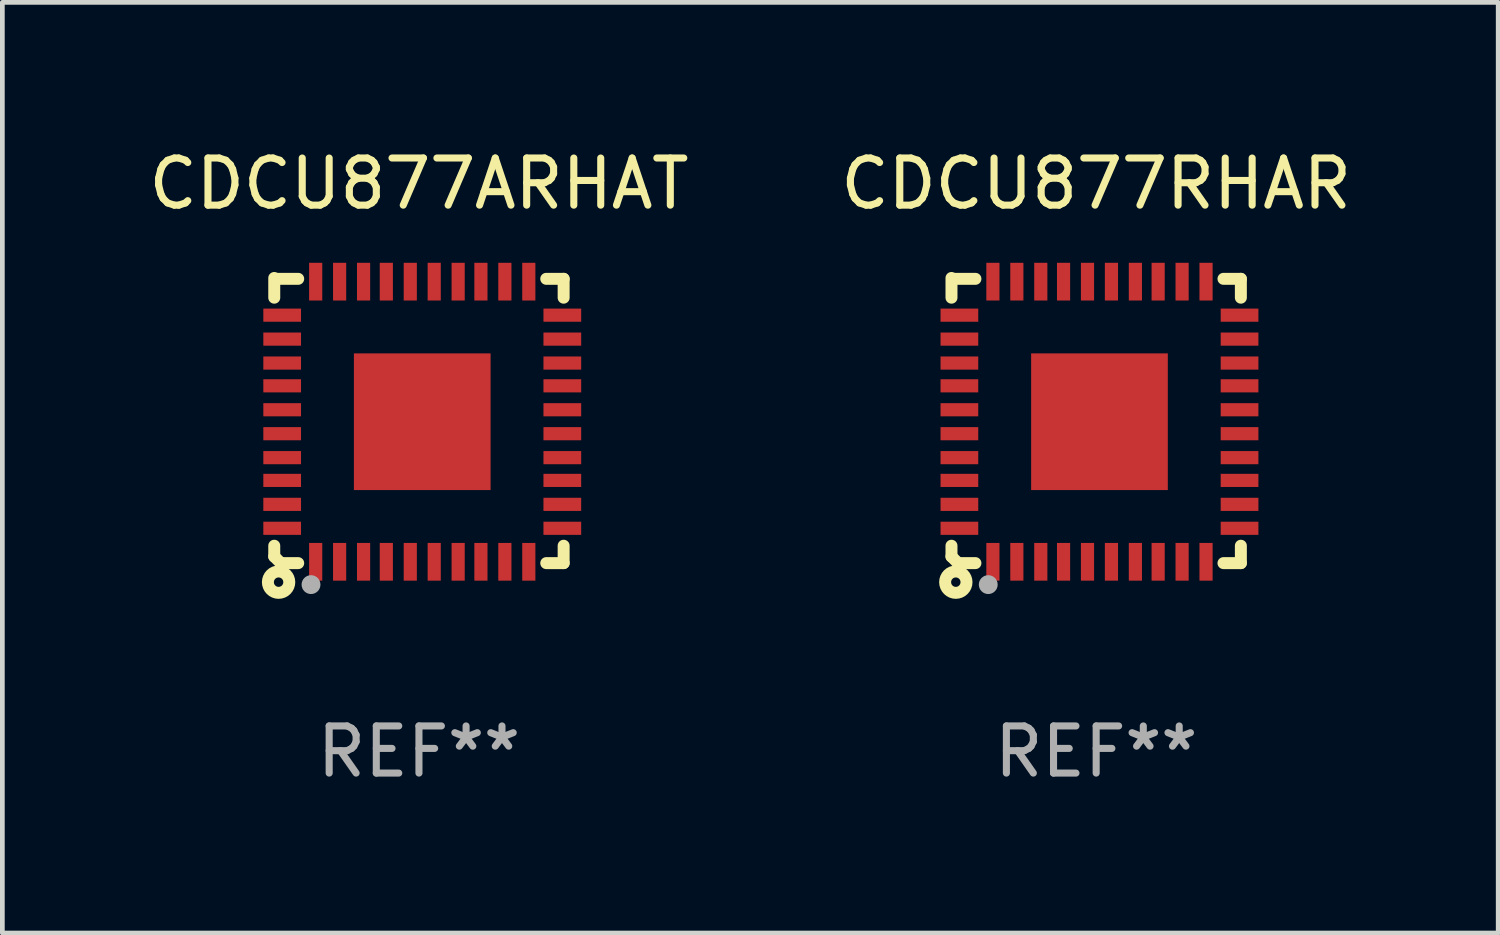
<source format=kicad_pcb>
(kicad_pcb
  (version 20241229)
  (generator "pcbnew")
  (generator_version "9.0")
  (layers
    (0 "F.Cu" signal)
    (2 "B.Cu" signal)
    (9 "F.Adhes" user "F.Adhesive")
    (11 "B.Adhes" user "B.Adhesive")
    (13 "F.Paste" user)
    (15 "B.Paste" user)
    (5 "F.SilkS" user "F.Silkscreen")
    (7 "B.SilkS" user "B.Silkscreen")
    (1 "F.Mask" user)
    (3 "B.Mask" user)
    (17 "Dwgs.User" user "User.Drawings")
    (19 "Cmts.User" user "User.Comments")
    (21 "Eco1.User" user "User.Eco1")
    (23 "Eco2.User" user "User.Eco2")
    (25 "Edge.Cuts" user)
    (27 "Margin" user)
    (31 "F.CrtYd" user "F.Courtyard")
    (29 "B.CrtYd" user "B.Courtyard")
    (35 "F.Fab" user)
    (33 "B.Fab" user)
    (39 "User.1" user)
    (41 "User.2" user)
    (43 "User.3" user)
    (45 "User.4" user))
  (footprint "CDCU877ARHAT"
    (layer "F.Cu")
    (at 5.839 5.873)
    (property "Reference" "CDCU877ARHAT" (at 0 -5.025 0) (layer "F.SilkS") (effects (font (size 1 1) (thickness 0.15))))
    (attr through_hole)
    (fp_line (start -3.07 -3.025) (end -3.07 -2.607) (stroke (width 0.254) (type solid)) (layer "F.SilkS"))
    (fp_line (start -3.07 2.656) (end -3.07 2.885) (stroke (width 0.254) (type solid)) (layer "F.SilkS"))
    (fp_line (start -3.07 2.885) (end -2.93 3.025) (stroke (width 0.254) (type solid)) (layer "F.SilkS"))
    (fp_line (start -3.005 -3.007) (end -2.562 -3.007) (stroke (width 0.254) (type solid)) (layer "F.SilkS"))
    (fp_line (start -2.93 3.025) (end -2.562 3.025) (stroke (width 0.254) (type solid)) (layer "F.SilkS"))
    (fp_line (start 2.701 -3.007) (end 3.07 -3.007) (stroke (width 0.254) (type solid)) (layer "F.SilkS"))
    (fp_line (start 2.701 3.025) (end 3.07 3.025) (stroke (width 0.254) (type solid)) (layer "F.SilkS"))
    (fp_line (start 3.07 -2.607) (end 3.07 -3.007) (stroke (width 0.254) (type solid)) (layer "F.SilkS"))
    (fp_line (start 3.07 3.025) (end 3.07 2.656) (stroke (width 0.254) (type solid)) (layer "F.SilkS"))
    (fp_circle (center -2.978 3.429) (end -2.878 3.429) (stroke (width 0.254) (type solid)) (fill no) (layer "F.SilkS"))
    (fp_circle (center -2.93 3.025) (end -2.9 3.025) (stroke (width 0.06) (type solid)) (fill no) (layer "F.SilkS"))
    (fp_circle (center -2.29 3.481) (end -2.19 3.481) (stroke (width 0.2) (type solid)) (fill no) (layer "F.Fab"))
    (fp_text user "REF**" (at 0 7.025 0) (layer "F.Fab") (effects (font (size 1 1) (thickness 0.15))))
    (pad "1" smd rect (at -2.191 2.997 90) (size 0.8 0.279) (layers "F.Cu" "F.Mask" "F.Paste"))
    (pad "2" smd rect (at -1.683 2.997 90) (size 0.8 0.279) (layers "F.Cu" "F.Mask" "F.Paste"))
    (pad "3" smd rect (at -1.175 2.997 90) (size 0.8 0.279) (layers "F.Cu" "F.Mask" "F.Paste"))
    (pad "4" smd rect (at -0.692 2.997 90) (size 0.8 0.279) (layers "F.Cu" "F.Mask" "F.Paste"))
    (pad "5" smd rect (at -0.184 2.997 90) (size 0.8 0.279) (layers "F.Cu" "F.Mask" "F.Paste"))
    (pad "6" smd rect (at 0.324 2.997 90) (size 0.8 0.279) (layers "F.Cu" "F.Mask" "F.Paste"))
    (pad "7" smd rect (at 0.832 2.997 90) (size 0.8 0.279) (layers "F.Cu" "F.Mask" "F.Paste"))
    (pad "8" smd rect (at 1.315 2.997 90) (size 0.8 0.279) (layers "F.Cu" "F.Mask" "F.Paste"))
    (pad "9" smd rect (at 1.823 2.997 90) (size 0.8 0.279) (layers "F.Cu" "F.Mask" "F.Paste"))
    (pad "10" smd rect (at 2.331 2.997 90) (size 0.8 0.279) (layers "F.Cu" "F.Mask" "F.Paste"))
    (pad "11" smd rect (at 3.042 2.286 180) (size 0.8 0.279) (layers "F.Cu" "F.Mask" "F.Paste"))
    (pad "12" smd rect (at 3.042 1.778 180) (size 0.8 0.279) (layers "F.Cu" "F.Mask" "F.Paste"))
    (pad "13" smd rect (at 3.042 1.27 180) (size 0.8 0.279) (layers "F.Cu" "F.Mask" "F.Paste"))
    (pad "14" smd rect (at 3.042 0.787 180) (size 0.8 0.279) (layers "F.Cu" "F.Mask" "F.Paste"))
    (pad "15" smd rect (at 3.042 0.279 180) (size 0.8 0.279) (layers "F.Cu" "F.Mask" "F.Paste"))
    (pad "16" smd rect (at 3.042 -0.229 180) (size 0.8 0.279) (layers "F.Cu" "F.Mask" "F.Paste"))
    (pad "17" smd rect (at 3.042 -0.737 180) (size 0.8 0.279) (layers "F.Cu" "F.Mask" "F.Paste"))
    (pad "18" smd rect (at 3.042 -1.22 180) (size 0.8 0.279) (layers "F.Cu" "F.Mask" "F.Paste"))
    (pad "19" smd rect (at 3.042 -1.728 180) (size 0.8 0.279) (layers "F.Cu" "F.Mask" "F.Paste"))
    (pad "20" smd rect (at 3.042 -2.236 180) (size 0.8 0.279) (layers "F.Cu" "F.Mask" "F.Paste"))
    (pad "21" smd rect (at 2.331 -2.947 270) (size 0.8 0.279) (layers "F.Cu" "F.Mask" "F.Paste"))
    (pad "22" smd rect (at 1.823 -2.947 270) (size 0.8 0.279) (layers "F.Cu" "F.Mask" "F.Paste"))
    (pad "23" smd rect (at 1.315 -2.947 270) (size 0.8 0.279) (layers "F.Cu" "F.Mask" "F.Paste"))
    (pad "24" smd rect (at 0.832 -2.947 270) (size 0.8 0.279) (layers "F.Cu" "F.Mask" "F.Paste"))
    (pad "25" smd rect (at 0.324 -2.947 270) (size 0.8 0.279) (layers "F.Cu" "F.Mask" "F.Paste"))
    (pad "26" smd rect (at -0.184 -2.947 270) (size 0.8 0.279) (layers "F.Cu" "F.Mask" "F.Paste"))
    (pad "27" smd rect (at -0.692 -2.947 270) (size 0.8 0.279) (layers "F.Cu" "F.Mask" "F.Paste"))
    (pad "28" smd rect (at -1.175 -2.947 270) (size 0.8 0.279) (layers "F.Cu" "F.Mask" "F.Paste"))
    (pad "29" smd rect (at -1.683 -2.947 270) (size 0.8 0.279) (layers "F.Cu" "F.Mask" "F.Paste"))
    (pad "30" smd rect (at -2.191 -2.947 270) (size 0.8 0.279) (layers "F.Cu" "F.Mask" "F.Paste"))
    (pad "31" smd rect (at -2.902 -2.236) (size 0.8 0.279) (layers "F.Cu" "F.Mask" "F.Paste"))
    (pad "32" smd rect (at -2.902 -1.728) (size 0.8 0.279) (layers "F.Cu" "F.Mask" "F.Paste"))
    (pad "33" smd rect (at -2.902 -1.22) (size 0.8 0.279) (layers "F.Cu" "F.Mask" "F.Paste"))
    (pad "34" smd rect (at -2.902 -0.737) (size 0.8 0.279) (layers "F.Cu" "F.Mask" "F.Paste"))
    (pad "35" smd rect (at -2.902 -0.229) (size 0.8 0.279) (layers "F.Cu" "F.Mask" "F.Paste"))
    (pad "36" smd rect (at -2.902 0.279) (size 0.8 0.279) (layers "F.Cu" "F.Mask" "F.Paste"))
    (pad "37" smd rect (at -2.902 0.787) (size 0.8 0.279) (layers "F.Cu" "F.Mask" "F.Paste"))
    (pad "38" smd rect (at -2.902 1.27) (size 0.8 0.279) (layers "F.Cu" "F.Mask" "F.Paste"))
    (pad "39" smd rect (at -2.902 1.778) (size 0.8 0.279) (layers "F.Cu" "F.Mask" "F.Paste"))
    (pad "40" smd rect (at -2.902 2.286) (size 0.8 0.279) (layers "F.Cu" "F.Mask" "F.Paste"))
    (pad "41" smd rect (at 0.07 0.025 90) (size 2.9 2.9) (layers "F.Cu" "F.Mask" "F.Paste")))
  (footprint "CDCU877RHAR"
    (layer "F.Cu")
    (at 20.208 5.873)
    (property "Reference" "CDCU877RHAR" (at 0 -5.025 0) (layer "F.SilkS") (effects (font (size 1 1) (thickness 0.15))))
    (attr through_hole)
    (fp_line (start -3.07 -3.025) (end -3.07 -2.607) (stroke (width 0.254) (type solid)) (layer "F.SilkS"))
    (fp_line (start -3.07 2.656) (end -3.07 2.885) (stroke (width 0.254) (type solid)) (layer "F.SilkS"))
    (fp_line (start -3.07 2.885) (end -2.93 3.025) (stroke (width 0.254) (type solid)) (layer "F.SilkS"))
    (fp_line (start -3.005 -3.007) (end -2.562 -3.007) (stroke (width 0.254) (type solid)) (layer "F.SilkS"))
    (fp_line (start -2.93 3.025) (end -2.562 3.025) (stroke (width 0.254) (type solid)) (layer "F.SilkS"))
    (fp_line (start 2.701 -3.007) (end 3.07 -3.007) (stroke (width 0.254) (type solid)) (layer "F.SilkS"))
    (fp_line (start 2.701 3.025) (end 3.07 3.025) (stroke (width 0.254) (type solid)) (layer "F.SilkS"))
    (fp_line (start 3.07 -2.607) (end 3.07 -3.007) (stroke (width 0.254) (type solid)) (layer "F.SilkS"))
    (fp_line (start 3.07 3.025) (end 3.07 2.656) (stroke (width 0.254) (type solid)) (layer "F.SilkS"))
    (fp_circle (center -2.978 3.429) (end -2.878 3.429) (stroke (width 0.254) (type solid)) (fill no) (layer "F.SilkS"))
    (fp_circle (center -2.93 3.025) (end -2.9 3.025) (stroke (width 0.06) (type solid)) (fill no) (layer "F.SilkS"))
    (fp_circle (center -2.29 3.481) (end -2.19 3.481) (stroke (width 0.2) (type solid)) (fill no) (layer "F.Fab"))
    (fp_text user "REF**" (at 0 7.025 0) (layer "F.Fab") (effects (font (size 1 1) (thickness 0.15))))
    (pad "1" smd rect (at -2.191 2.997 90) (size 0.8 0.279) (layers "F.Cu" "F.Mask" "F.Paste"))
    (pad "2" smd rect (at -1.683 2.997 90) (size 0.8 0.279) (layers "F.Cu" "F.Mask" "F.Paste"))
    (pad "3" smd rect (at -1.175 2.997 90) (size 0.8 0.279) (layers "F.Cu" "F.Mask" "F.Paste"))
    (pad "4" smd rect (at -0.692 2.997 90) (size 0.8 0.279) (layers "F.Cu" "F.Mask" "F.Paste"))
    (pad "5" smd rect (at -0.184 2.997 90) (size 0.8 0.279) (layers "F.Cu" "F.Mask" "F.Paste"))
    (pad "6" smd rect (at 0.324 2.997 90) (size 0.8 0.279) (layers "F.Cu" "F.Mask" "F.Paste"))
    (pad "7" smd rect (at 0.832 2.997 90) (size 0.8 0.279) (layers "F.Cu" "F.Mask" "F.Paste"))
    (pad "8" smd rect (at 1.315 2.997 90) (size 0.8 0.279) (layers "F.Cu" "F.Mask" "F.Paste"))
    (pad "9" smd rect (at 1.823 2.997 90) (size 0.8 0.279) (layers "F.Cu" "F.Mask" "F.Paste"))
    (pad "10" smd rect (at 2.331 2.997 90) (size 0.8 0.279) (layers "F.Cu" "F.Mask" "F.Paste"))
    (pad "11" smd rect (at 3.042 2.286 180) (size 0.8 0.279) (layers "F.Cu" "F.Mask" "F.Paste"))
    (pad "12" smd rect (at 3.042 1.778 180) (size 0.8 0.279) (layers "F.Cu" "F.Mask" "F.Paste"))
    (pad "13" smd rect (at 3.042 1.27 180) (size 0.8 0.279) (layers "F.Cu" "F.Mask" "F.Paste"))
    (pad "14" smd rect (at 3.042 0.787 180) (size 0.8 0.279) (layers "F.Cu" "F.Mask" "F.Paste"))
    (pad "15" smd rect (at 3.042 0.279 180) (size 0.8 0.279) (layers "F.Cu" "F.Mask" "F.Paste"))
    (pad "16" smd rect (at 3.042 -0.229 180) (size 0.8 0.279) (layers "F.Cu" "F.Mask" "F.Paste"))
    (pad "17" smd rect (at 3.042 -0.737 180) (size 0.8 0.279) (layers "F.Cu" "F.Mask" "F.Paste"))
    (pad "18" smd rect (at 3.042 -1.22 180) (size 0.8 0.279) (layers "F.Cu" "F.Mask" "F.Paste"))
    (pad "19" smd rect (at 3.042 -1.728 180) (size 0.8 0.279) (layers "F.Cu" "F.Mask" "F.Paste"))
    (pad "20" smd rect (at 3.042 -2.236 180) (size 0.8 0.279) (layers "F.Cu" "F.Mask" "F.Paste"))
    (pad "21" smd rect (at 2.331 -2.947 270) (size 0.8 0.279) (layers "F.Cu" "F.Mask" "F.Paste"))
    (pad "22" smd rect (at 1.823 -2.947 270) (size 0.8 0.279) (layers "F.Cu" "F.Mask" "F.Paste"))
    (pad "23" smd rect (at 1.315 -2.947 270) (size 0.8 0.279) (layers "F.Cu" "F.Mask" "F.Paste"))
    (pad "24" smd rect (at 0.832 -2.947 270) (size 0.8 0.279) (layers "F.Cu" "F.Mask" "F.Paste"))
    (pad "25" smd rect (at 0.324 -2.947 270) (size 0.8 0.279) (layers "F.Cu" "F.Mask" "F.Paste"))
    (pad "26" smd rect (at -0.184 -2.947 270) (size 0.8 0.279) (layers "F.Cu" "F.Mask" "F.Paste"))
    (pad "27" smd rect (at -0.692 -2.947 270) (size 0.8 0.279) (layers "F.Cu" "F.Mask" "F.Paste"))
    (pad "28" smd rect (at -1.175 -2.947 270) (size 0.8 0.279) (layers "F.Cu" "F.Mask" "F.Paste"))
    (pad "29" smd rect (at -1.683 -2.947 270) (size 0.8 0.279) (layers "F.Cu" "F.Mask" "F.Paste"))
    (pad "30" smd rect (at -2.191 -2.947 270) (size 0.8 0.279) (layers "F.Cu" "F.Mask" "F.Paste"))
    (pad "31" smd rect (at -2.902 -2.236) (size 0.8 0.279) (layers "F.Cu" "F.Mask" "F.Paste"))
    (pad "32" smd rect (at -2.902 -1.728) (size 0.8 0.279) (layers "F.Cu" "F.Mask" "F.Paste"))
    (pad "33" smd rect (at -2.902 -1.22) (size 0.8 0.279) (layers "F.Cu" "F.Mask" "F.Paste"))
    (pad "34" smd rect (at -2.902 -0.737) (size 0.8 0.279) (layers "F.Cu" "F.Mask" "F.Paste"))
    (pad "35" smd rect (at -2.902 -0.229) (size 0.8 0.279) (layers "F.Cu" "F.Mask" "F.Paste"))
    (pad "36" smd rect (at -2.902 0.279) (size 0.8 0.279) (layers "F.Cu" "F.Mask" "F.Paste"))
    (pad "37" smd rect (at -2.902 0.787) (size 0.8 0.279) (layers "F.Cu" "F.Mask" "F.Paste"))
    (pad "38" smd rect (at -2.902 1.27) (size 0.8 0.279) (layers "F.Cu" "F.Mask" "F.Paste"))
    (pad "39" smd rect (at -2.902 1.778) (size 0.8 0.279) (layers "F.Cu" "F.Mask" "F.Paste"))
    (pad "40" smd rect (at -2.902 2.286) (size 0.8 0.279) (layers "F.Cu" "F.Mask" "F.Paste"))
    (pad "41" smd rect (at 0.07 0.025 90) (size 2.9 2.9) (layers "F.Cu" "F.Mask" "F.Paste")))
  (gr_rect
    (start -3 -3)
    (end 28.738 16.746)
    (stroke (width 0.1) (type default))
    (fill no)
    (layer "Edge.Cuts")))
</source>
